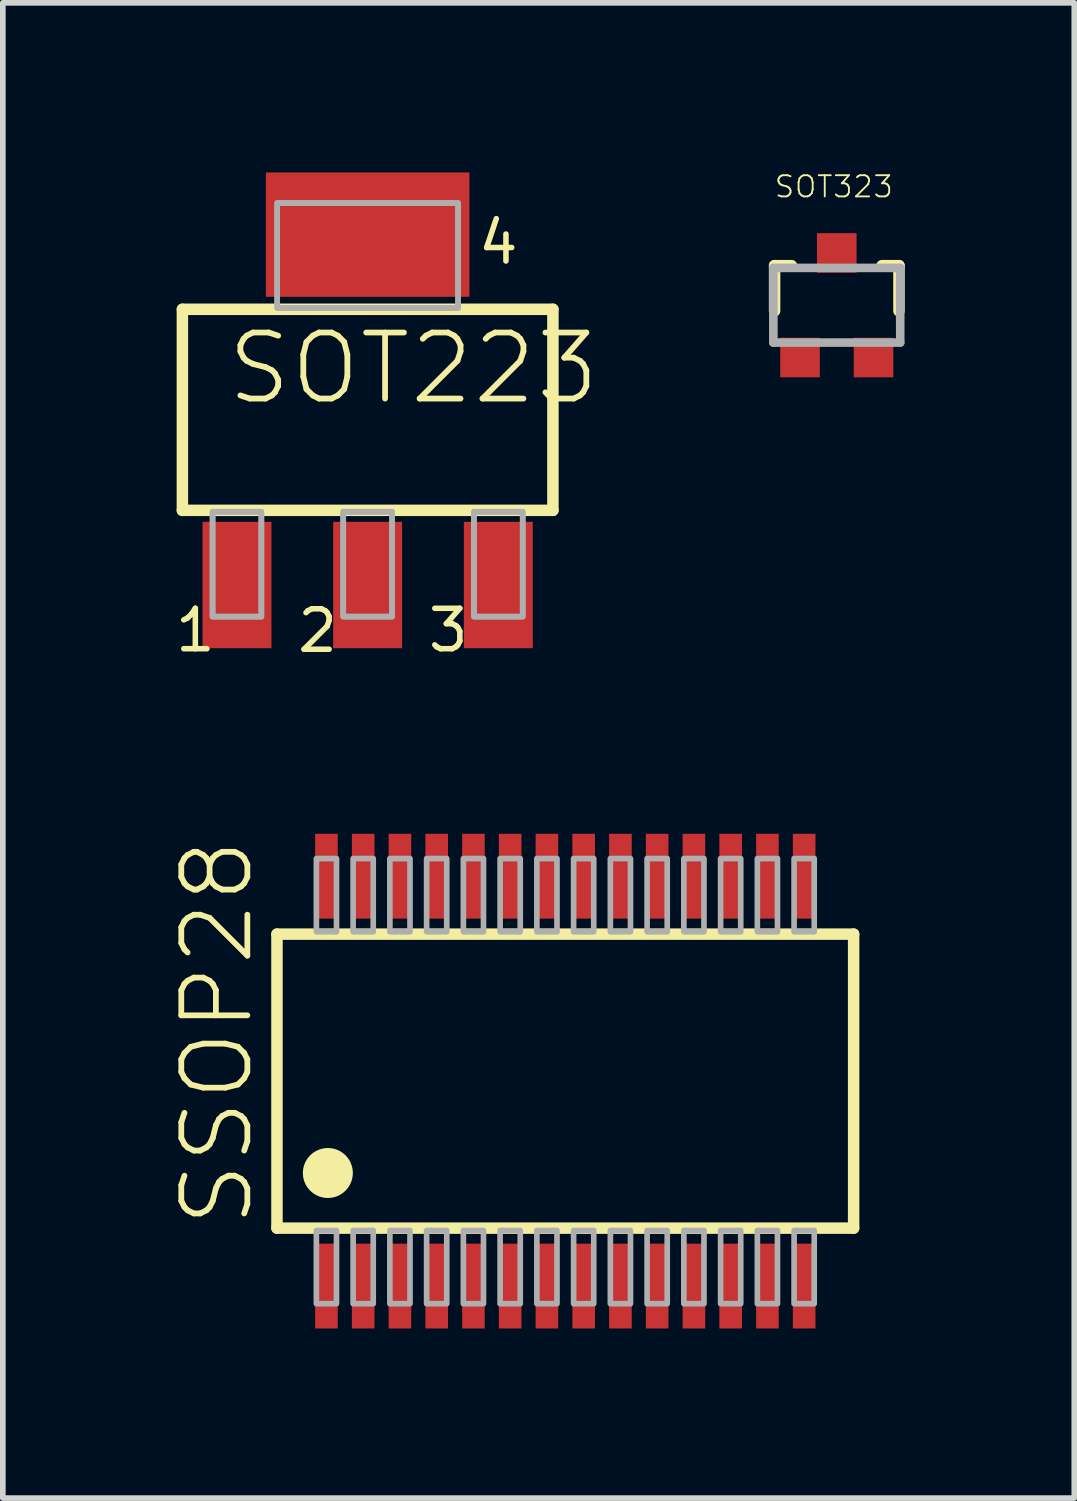
<source format=kicad_pcb>
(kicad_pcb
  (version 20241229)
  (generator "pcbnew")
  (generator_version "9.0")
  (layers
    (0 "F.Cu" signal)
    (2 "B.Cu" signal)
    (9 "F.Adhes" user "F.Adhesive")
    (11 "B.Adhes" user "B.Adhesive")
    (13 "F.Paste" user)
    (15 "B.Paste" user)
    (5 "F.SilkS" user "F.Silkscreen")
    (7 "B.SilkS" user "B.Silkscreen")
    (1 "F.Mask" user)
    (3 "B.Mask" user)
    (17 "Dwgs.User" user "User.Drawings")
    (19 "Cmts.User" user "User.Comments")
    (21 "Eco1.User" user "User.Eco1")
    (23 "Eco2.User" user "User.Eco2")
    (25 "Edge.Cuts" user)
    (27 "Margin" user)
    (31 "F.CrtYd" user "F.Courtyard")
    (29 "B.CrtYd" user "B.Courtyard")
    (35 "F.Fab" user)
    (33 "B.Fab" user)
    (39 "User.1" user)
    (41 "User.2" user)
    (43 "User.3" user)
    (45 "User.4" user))
  (footprint "SOT323"
    (layer "F.Cu")
    (at 11.751 2.349)
    (property "Reference" "SOT323" (at -1.125 -1.878 0) (layer "F.SilkS") (effects (font (size 0.374 0.374) (thickness 0.033)) (justify left bottom)))
    (fp_line (start -1.1 -0.7) (end -1.1 0.1) (stroke (width 0.203) (type solid)) (layer "F.SilkS"))
    (fp_line (start -0.8 -0.7) (end -1.1 -0.7) (stroke (width 0.203) (type solid)) (layer "F.SilkS"))
    (fp_line (start 0.8 -0.7) (end 1.1 -0.7) (stroke (width 0.203) (type solid)) (layer "F.SilkS"))
    (fp_line (start 1.1 -0.7) (end 1.1 0.1) (stroke (width 0.203) (type solid)) (layer "F.SilkS"))
    (fp_line (start -1.122 -0.66) (end 1.122 -0.66) (stroke (width 0.152) (type solid)) (layer "F.Fab"))
    (fp_line (start -1.122 0.66) (end -1.122 -0.66) (stroke (width 0.152) (type solid)) (layer "F.Fab"))
    (fp_line (start 1.122 -0.66) (end 1.122 0.66) (stroke (width 0.152) (type solid)) (layer "F.Fab"))
    (fp_line (start 1.122 0.66) (end -1.122 0.66) (stroke (width 0.152) (type solid)) (layer "F.Fab"))
    (pad "1" smd rect (at -0.65 0.925) (size 0.7 0.7) (layers "F.Cu" "F.Mask" "F.Paste"))
    (pad "2" smd rect (at 0.65 0.925) (size 0.7 0.7) (layers "F.Cu" "F.Mask" "F.Paste"))
    (pad "3" smd rect (at 0 -0.925) (size 0.7 0.7) (layers "F.Cu" "F.Mask" "F.Paste")))
  (footprint "SSOP28"
    (layer "F.Cu")
    (at 6.949 16.073)
    (property "Reference" "SSOP28" (at -5.476 2.63 90) (layer "F.SilkS") (effects (font (size 1.168 1.168) (thickness 0.102)) (justify left bottom)))
    (fp_line (start -5.1 -2.6) (end -5.1 2.6) (stroke (width 0.203) (type solid)) (layer "F.SilkS"))
    (fp_line (start -5.1 2.6) (end 5.1 2.6) (stroke (width 0.203) (type solid)) (layer "F.SilkS"))
    (fp_line (start 5.1 -2.6) (end -5.1 -2.6) (stroke (width 0.203) (type solid)) (layer "F.SilkS"))
    (fp_line (start 5.1 2.6) (end 5.1 -2.6) (stroke (width 0.203) (type solid)) (layer "F.SilkS"))
    (fp_circle (center -4.2 1.625) (end -3.979 1.625) (stroke (width 0.442) (type solid)) (fill yes) (layer "F.SilkS"))
    (fp_poly (pts (xy -4.403 -2.642) (xy -4.047 -2.642) (xy -4.047 -3.937) (xy -4.403 -3.937)) (stroke (width 0.1) (type solid)) (fill no) (layer "F.Fab"))
    (fp_poly (pts (xy -4.403 3.937) (xy -4.047 3.937) (xy -4.047 2.642) (xy -4.403 2.642)) (stroke (width 0.1) (type solid)) (fill no) (layer "F.Fab"))
    (fp_poly (pts (xy -3.753 -2.642) (xy -3.397 -2.642) (xy -3.397 -3.937) (xy -3.753 -3.937)) (stroke (width 0.1) (type solid)) (fill no) (layer "F.Fab"))
    (fp_poly (pts (xy -3.753 3.937) (xy -3.397 3.937) (xy -3.397 2.642) (xy -3.753 2.642)) (stroke (width 0.1) (type solid)) (fill no) (layer "F.Fab"))
    (fp_poly (pts (xy -3.103 -2.642) (xy -2.747 -2.642) (xy -2.747 -3.937) (xy -3.103 -3.937)) (stroke (width 0.1) (type solid)) (fill no) (layer "F.Fab"))
    (fp_poly (pts (xy -3.103 3.937) (xy -2.747 3.937) (xy -2.747 2.642) (xy -3.103 2.642)) (stroke (width 0.1) (type solid)) (fill no) (layer "F.Fab"))
    (fp_poly (pts (xy -2.453 -2.642) (xy -2.097 -2.642) (xy -2.097 -3.937) (xy -2.453 -3.937)) (stroke (width 0.1) (type solid)) (fill no) (layer "F.Fab"))
    (fp_poly (pts (xy -2.453 3.937) (xy -2.097 3.937) (xy -2.097 2.642) (xy -2.453 2.642)) (stroke (width 0.1) (type solid)) (fill no) (layer "F.Fab"))
    (fp_poly (pts (xy -1.803 -2.642) (xy -1.447 -2.642) (xy -1.447 -3.937) (xy -1.803 -3.937)) (stroke (width 0.1) (type solid)) (fill no) (layer "F.Fab"))
    (fp_poly (pts (xy -1.803 3.937) (xy -1.447 3.937) (xy -1.447 2.642) (xy -1.803 2.642)) (stroke (width 0.1) (type solid)) (fill no) (layer "F.Fab"))
    (fp_poly (pts (xy -1.153 -2.642) (xy -0.797 -2.642) (xy -0.797 -3.937) (xy -1.153 -3.937)) (stroke (width 0.1) (type solid)) (fill no) (layer "F.Fab"))
    (fp_poly (pts (xy -1.153 3.937) (xy -0.797 3.937) (xy -0.797 2.642) (xy -1.153 2.642)) (stroke (width 0.1) (type solid)) (fill no) (layer "F.Fab"))
    (fp_poly (pts (xy -0.503 -2.642) (xy -0.147 -2.642) (xy -0.147 -3.937) (xy -0.503 -3.937)) (stroke (width 0.1) (type solid)) (fill no) (layer "F.Fab"))
    (fp_poly (pts (xy -0.503 3.937) (xy -0.147 3.937) (xy -0.147 2.642) (xy -0.503 2.642)) (stroke (width 0.1) (type solid)) (fill no) (layer "F.Fab"))
    (fp_poly (pts (xy 0.147 -2.642) (xy 0.503 -2.642) (xy 0.503 -3.937) (xy 0.147 -3.937)) (stroke (width 0.1) (type solid)) (fill no) (layer "F.Fab"))
    (fp_poly (pts (xy 0.147 3.937) (xy 0.503 3.937) (xy 0.503 2.642) (xy 0.147 2.642)) (stroke (width 0.1) (type solid)) (fill no) (layer "F.Fab"))
    (fp_poly (pts (xy 0.797 -2.642) (xy 1.153 -2.642) (xy 1.153 -3.937) (xy 0.797 -3.937)) (stroke (width 0.1) (type solid)) (fill no) (layer "F.Fab"))
    (fp_poly (pts (xy 0.797 3.937) (xy 1.153 3.937) (xy 1.153 2.642) (xy 0.797 2.642)) (stroke (width 0.1) (type solid)) (fill no) (layer "F.Fab"))
    (fp_poly (pts (xy 1.447 -2.642) (xy 1.803 -2.642) (xy 1.803 -3.937) (xy 1.447 -3.937)) (stroke (width 0.1) (type solid)) (fill no) (layer "F.Fab"))
    (fp_poly (pts (xy 1.447 3.937) (xy 1.803 3.937) (xy 1.803 2.642) (xy 1.447 2.642)) (stroke (width 0.1) (type solid)) (fill no) (layer "F.Fab"))
    (fp_poly (pts (xy 2.097 -2.642) (xy 2.453 -2.642) (xy 2.453 -3.937) (xy 2.097 -3.937)) (stroke (width 0.1) (type solid)) (fill no) (layer "F.Fab"))
    (fp_poly (pts (xy 2.097 3.937) (xy 2.453 3.937) (xy 2.453 2.642) (xy 2.097 2.642)) (stroke (width 0.1) (type solid)) (fill no) (layer "F.Fab"))
    (fp_poly (pts (xy 2.747 -2.642) (xy 3.103 -2.642) (xy 3.103 -3.937) (xy 2.747 -3.937)) (stroke (width 0.1) (type solid)) (fill no) (layer "F.Fab"))
    (fp_poly (pts (xy 2.747 3.937) (xy 3.103 3.937) (xy 3.103 2.642) (xy 2.747 2.642)) (stroke (width 0.1) (type solid)) (fill no) (layer "F.Fab"))
    (fp_poly (pts (xy 3.397 -2.642) (xy 3.753 -2.642) (xy 3.753 -3.937) (xy 3.397 -3.937)) (stroke (width 0.1) (type solid)) (fill no) (layer "F.Fab"))
    (fp_poly (pts (xy 3.397 3.937) (xy 3.753 3.937) (xy 3.753 2.642) (xy 3.397 2.642)) (stroke (width 0.1) (type solid)) (fill no) (layer "F.Fab"))
    (fp_poly (pts (xy 4.047 -2.642) (xy 4.403 -2.642) (xy 4.403 -3.937) (xy 4.047 -3.937)) (stroke (width 0.1) (type solid)) (fill no) (layer "F.Fab"))
    (fp_poly (pts (xy 4.047 3.937) (xy 4.403 3.937) (xy 4.403 2.642) (xy 4.047 2.642)) (stroke (width 0.1) (type solid)) (fill no) (layer "F.Fab"))
    (pad "1" smd rect (at -4.225 3.625) (size 0.4 1.5) (layers "F.Cu" "F.Mask" "F.Paste"))
    (pad "2" smd rect (at -3.575 3.625) (size 0.4 1.5) (layers "F.Cu" "F.Mask" "F.Paste"))
    (pad "3" smd rect (at -2.925 3.625) (size 0.4 1.5) (layers "F.Cu" "F.Mask" "F.Paste"))
    (pad "4" smd rect (at -2.275 3.625) (size 0.4 1.5) (layers "F.Cu" "F.Mask" "F.Paste"))
    (pad "5" smd rect (at -1.625 3.625) (size 0.4 1.5) (layers "F.Cu" "F.Mask" "F.Paste"))
    (pad "6" smd rect (at -0.975 3.625) (size 0.4 1.5) (layers "F.Cu" "F.Mask" "F.Paste"))
    (pad "7" smd rect (at -0.325 3.625) (size 0.4 1.5) (layers "F.Cu" "F.Mask" "F.Paste"))
    (pad "8" smd rect (at 0.325 3.625) (size 0.4 1.5) (layers "F.Cu" "F.Mask" "F.Paste"))
    (pad "9" smd rect (at 0.975 3.625) (size 0.4 1.5) (layers "F.Cu" "F.Mask" "F.Paste"))
    (pad "10" smd rect (at 1.625 3.625) (size 0.4 1.5) (layers "F.Cu" "F.Mask" "F.Paste"))
    (pad "11" smd rect (at 2.275 3.625) (size 0.4 1.5) (layers "F.Cu" "F.Mask" "F.Paste"))
    (pad "12" smd rect (at 2.925 3.625) (size 0.4 1.5) (layers "F.Cu" "F.Mask" "F.Paste"))
    (pad "13" smd rect (at 3.575 3.625) (size 0.4 1.5) (layers "F.Cu" "F.Mask" "F.Paste"))
    (pad "14" smd rect (at 4.225 3.625) (size 0.4 1.5) (layers "F.Cu" "F.Mask" "F.Paste"))
    (pad "15" smd rect (at 4.225 -3.625) (size 0.4 1.5) (layers "F.Cu" "F.Mask" "F.Paste"))
    (pad "16" smd rect (at 3.575 -3.625) (size 0.4 1.5) (layers "F.Cu" "F.Mask" "F.Paste"))
    (pad "17" smd rect (at 2.925 -3.625) (size 0.4 1.5) (layers "F.Cu" "F.Mask" "F.Paste"))
    (pad "18" smd rect (at 2.275 -3.625) (size 0.4 1.5) (layers "F.Cu" "F.Mask" "F.Paste"))
    (pad "19" smd rect (at 1.625 -3.625) (size 0.4 1.5) (layers "F.Cu" "F.Mask" "F.Paste"))
    (pad "20" smd rect (at 0.975 -3.625) (size 0.4 1.5) (layers "F.Cu" "F.Mask" "F.Paste"))
    (pad "21" smd rect (at 0.325 -3.625) (size 0.4 1.5) (layers "F.Cu" "F.Mask" "F.Paste"))
    (pad "22" smd rect (at -0.325 -3.625) (size 0.4 1.5) (layers "F.Cu" "F.Mask" "F.Paste"))
    (pad "23" smd rect (at -0.975 -3.625) (size 0.4 1.5) (layers "F.Cu" "F.Mask" "F.Paste"))
    (pad "24" smd rect (at -1.625 -3.625) (size 0.4 1.5) (layers "F.Cu" "F.Mask" "F.Paste"))
    (pad "25" smd rect (at -2.275 -3.625) (size 0.4 1.5) (layers "F.Cu" "F.Mask" "F.Paste"))
    (pad "26" smd rect (at -2.925 -3.625) (size 0.4 1.5) (layers "F.Cu" "F.Mask" "F.Paste"))
    (pad "27" smd rect (at -3.575 -3.625) (size 0.4 1.5) (layers "F.Cu" "F.Mask" "F.Paste"))
    (pad "28" smd rect (at -4.225 -3.625) (size 0.4 1.5) (layers "F.Cu" "F.Mask" "F.Paste")))
  (footprint "SOT223"
    (layer "F.Cu")
    (at 3.453 4.199)
    (property "Reference" "SOT223" (at -2.54 -0.051 0) (layer "F.SilkS") (effects (font (size 1.168 1.168) (thickness 0.102)) (justify left bottom)))
    (fp_line (start -3.277 -1.778) (end 3.277 -1.778) (stroke (width 0.203) (type solid)) (layer "F.SilkS"))
    (fp_line (start -3.277 1.778) (end -3.277 -1.778) (stroke (width 0.203) (type solid)) (layer "F.SilkS"))
    (fp_line (start 3.277 -1.778) (end 3.277 1.778) (stroke (width 0.203) (type solid)) (layer "F.SilkS"))
    (fp_line (start 3.277 1.778) (end -3.277 1.778) (stroke (width 0.203) (type solid)) (layer "F.SilkS"))
    (fp_poly (pts (xy -2.743 3.658) (xy -1.88 3.658) (xy -1.88 1.803) (xy -2.743 1.803)) (stroke (width 0.1) (type solid)) (fill no) (layer "F.Fab"))
    (fp_poly (pts (xy -2.743 3.658) (xy -1.88 3.658) (xy -1.88 1.803) (xy -2.743 1.803)) (stroke (width 0.1) (type solid)) (fill no) (layer "F.Fab"))
    (fp_poly (pts (xy -1.6 -1.803) (xy 1.6 -1.803) (xy 1.6 -3.658) (xy -1.6 -3.658)) (stroke (width 0.1) (type solid)) (fill no) (layer "F.Fab"))
    (fp_poly (pts (xy -1.6 -1.803) (xy 1.6 -1.803) (xy 1.6 -3.658) (xy -1.6 -3.658)) (stroke (width 0.1) (type solid)) (fill no) (layer "F.Fab"))
    (fp_poly (pts (xy -0.432 3.658) (xy 0.432 3.658) (xy 0.432 1.803) (xy -0.432 1.803)) (stroke (width 0.1) (type solid)) (fill no) (layer "F.Fab"))
    (fp_poly (pts (xy -0.432 3.658) (xy 0.432 3.658) (xy 0.432 1.803) (xy -0.432 1.803)) (stroke (width 0.1) (type solid)) (fill no) (layer "F.Fab"))
    (fp_poly (pts (xy 1.88 3.658) (xy 2.743 3.658) (xy 2.743 1.803) (xy 1.88 1.803)) (stroke (width 0.1) (type solid)) (fill no) (layer "F.Fab"))
    (fp_poly (pts (xy 1.88 3.658) (xy 2.743 3.658) (xy 2.743 1.803) (xy 1.88 1.803)) (stroke (width 0.1) (type solid)) (fill no) (layer "F.Fab"))
    (fp_text user "3" (at 1.021 4.318 0) (layer "F.SilkS") (effects (font (size 0.715 0.715) (thickness 0.098)) (justify left bottom)))
    (fp_text user "2" (at -1.291 4.327 0) (layer "F.SilkS") (effects (font (size 0.715 0.715) (thickness 0.098)) (justify left bottom)))
    (fp_text user "4" (at 1.905 -2.54 0) (layer "F.SilkS") (effects (font (size 0.715 0.715) (thickness 0.098)) (justify left bottom)))
    (fp_text user "1" (at -3.453 4.318 0) (layer "F.SilkS") (effects (font (size 0.715 0.715) (thickness 0.098)) (justify left bottom)))
    (pad "1" smd rect (at -2.311 3.099) (size 1.219 2.235) (layers "F.Cu" "F.Mask" "F.Paste"))
    (pad "2" smd rect (at 0 3.099) (size 1.219 2.235) (layers "F.Cu" "F.Mask" "F.Paste"))
    (pad "3" smd rect (at 2.311 3.099) (size 1.219 2.235) (layers "F.Cu" "F.Mask" "F.Paste"))
    (pad "4" smd rect (at 0 -3.099) (size 3.6 2.2) (layers "F.Cu" "F.Mask" "F.Paste")))
  (gr_rect
    (start -3 -3)
    (end 15.952 23.448)
    (stroke (width 0.1) (type default))
    (fill no)
    (layer "Edge.Cuts")))
</source>
